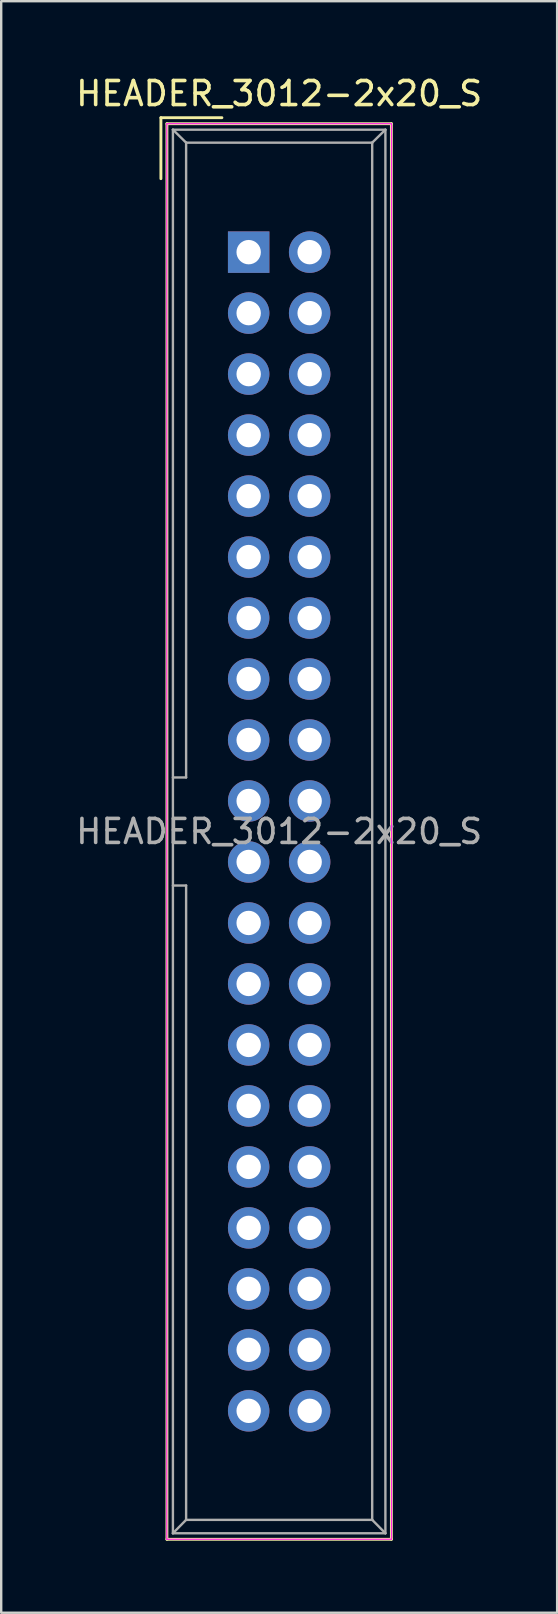
<source format=kicad_pcb>
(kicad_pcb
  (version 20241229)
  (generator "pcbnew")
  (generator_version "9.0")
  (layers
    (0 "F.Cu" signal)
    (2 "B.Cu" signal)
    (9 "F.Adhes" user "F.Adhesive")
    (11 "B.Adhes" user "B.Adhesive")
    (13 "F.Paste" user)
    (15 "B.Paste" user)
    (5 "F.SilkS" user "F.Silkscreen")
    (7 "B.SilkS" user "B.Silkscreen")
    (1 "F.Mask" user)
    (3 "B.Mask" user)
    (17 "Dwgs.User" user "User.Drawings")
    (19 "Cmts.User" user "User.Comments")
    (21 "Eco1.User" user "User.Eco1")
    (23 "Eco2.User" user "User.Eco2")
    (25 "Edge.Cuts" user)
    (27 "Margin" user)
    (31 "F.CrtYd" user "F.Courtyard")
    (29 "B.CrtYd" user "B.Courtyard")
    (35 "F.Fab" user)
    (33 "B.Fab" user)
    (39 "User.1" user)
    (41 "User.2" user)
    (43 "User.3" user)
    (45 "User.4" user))
  (footprint "HEADER_3012-2x20_S"
    (layer "F.Cu")
    (at 7.307 7.452)
    (property "Reference" "HEADER_3012-2x20_S" (at 1.27 -6.604 0) (layer "F.SilkS") (effects (font (size 1 1) (thickness 0.15))))
    (attr through_hole)
    (fp_line (start -3.655 -5.6) (end -3.655 -3.06) (stroke (width 0.12) (type solid)) (layer "F.SilkS"))
    (fp_line (start -3.655 -5.6) (end -1.115 -5.6) (stroke (width 0.12) (type solid)) (layer "F.SilkS"))
    (fp_line (start -3.405 -5.35) (end 5.945 -5.35) (stroke (width 0.12) (type solid)) (layer "F.SilkS"))
    (fp_line (start -3.405 53.61) (end -3.405 -5.35) (stroke (width 0.12) (type solid)) (layer "F.SilkS"))
    (fp_line (start 5.945 -5.35) (end 5.945 53.61) (stroke (width 0.12) (type solid)) (layer "F.SilkS"))
    (fp_line (start 5.945 53.61) (end -3.405 53.61) (stroke (width 0.12) (type solid)) (layer "F.SilkS"))
    (fp_line (start -3.41 -5.35) (end 5.95 -5.35) (stroke (width 0.05) (type solid)) (layer "F.CrtYd"))
    (fp_line (start -3.41 53.61) (end -3.41 -5.35) (stroke (width 0.05) (type solid)) (layer "F.CrtYd"))
    (fp_line (start 5.95 -5.35) (end 5.95 53.61) (stroke (width 0.05) (type solid)) (layer "F.CrtYd"))
    (fp_line (start 5.95 53.61) (end -3.41 53.61) (stroke (width 0.05) (type solid)) (layer "F.CrtYd"))
    (fp_line (start -3.155 -5.1) (end -3.155 53.36) (stroke (width 0.1) (type solid)) (layer "F.Fab"))
    (fp_line (start -3.155 -5.1) (end -2.605 -4.56) (stroke (width 0.1) (type solid)) (layer "F.Fab"))
    (fp_line (start -3.155 53.36) (end -2.605 52.8) (stroke (width 0.1) (type solid)) (layer "F.Fab"))
    (fp_line (start -2.605 -4.56) (end -2.605 21.88) (stroke (width 0.1) (type solid)) (layer "F.Fab"))
    (fp_line (start -2.605 21.88) (end -3.155 21.88) (stroke (width 0.1) (type solid)) (layer "F.Fab"))
    (fp_line (start -2.605 26.38) (end -3.155 26.38) (stroke (width 0.1) (type solid)) (layer "F.Fab"))
    (fp_line (start -2.605 26.38) (end -2.605 52.8) (stroke (width 0.1) (type solid)) (layer "F.Fab"))
    (fp_line (start 5.145 -4.56) (end -2.605 -4.56) (stroke (width 0.1) (type solid)) (layer "F.Fab"))
    (fp_line (start 5.145 -4.56) (end 5.145 52.8) (stroke (width 0.1) (type solid)) (layer "F.Fab"))
    (fp_line (start 5.145 52.8) (end -2.605 52.8) (stroke (width 0.1) (type solid)) (layer "F.Fab"))
    (fp_line (start 5.695 -5.1) (end -3.155 -5.1) (stroke (width 0.1) (type solid)) (layer "F.Fab"))
    (fp_line (start 5.695 -5.1) (end 5.145 -4.56) (stroke (width 0.1) (type solid)) (layer "F.Fab"))
    (fp_line (start 5.695 -5.1) (end 5.695 53.36) (stroke (width 0.1) (type solid)) (layer "F.Fab"))
    (fp_line (start 5.695 53.36) (end -3.155 53.36) (stroke (width 0.1) (type solid)) (layer "F.Fab"))
    (fp_line (start 5.695 53.36) (end 5.145 52.8) (stroke (width 0.1) (type solid)) (layer "F.Fab"))
    (fp_text user "${REFERENCE}" (at 1.27 24.13 0) (layer "F.Fab") (effects (font (size 1 1) (thickness 0.15))))
    (pad "1" thru_hole rect (at 0 0) (size 1.727 1.727) (drill 1.016) (layers "*.Cu" "*.Mask"))
    (pad "2" thru_hole oval (at 2.54 0) (size 1.727 1.727) (drill 1.016) (layers "*.Cu" "*.Mask"))
    (pad "3" thru_hole oval (at 0 2.54) (size 1.727 1.727) (drill 1.016) (layers "*.Cu" "*.Mask"))
    (pad "4" thru_hole oval (at 2.54 2.54) (size 1.727 1.727) (drill 1.016) (layers "*.Cu" "*.Mask"))
    (pad "5" thru_hole oval (at 0 5.08) (size 1.727 1.727) (drill 1.016) (layers "*.Cu" "*.Mask"))
    (pad "6" thru_hole oval (at 2.54 5.08) (size 1.727 1.727) (drill 1.016) (layers "*.Cu" "*.Mask"))
    (pad "7" thru_hole oval (at 0 7.62) (size 1.727 1.727) (drill 1.016) (layers "*.Cu" "*.Mask"))
    (pad "8" thru_hole oval (at 2.54 7.62) (size 1.727 1.727) (drill 1.016) (layers "*.Cu" "*.Mask"))
    (pad "9" thru_hole oval (at 0 10.16) (size 1.727 1.727) (drill 1.016) (layers "*.Cu" "*.Mask"))
    (pad "10" thru_hole oval (at 2.54 10.16) (size 1.727 1.727) (drill 1.016) (layers "*.Cu" "*.Mask"))
    (pad "11" thru_hole oval (at 0 12.7) (size 1.727 1.727) (drill 1.016) (layers "*.Cu" "*.Mask"))
    (pad "12" thru_hole oval (at 2.54 12.7) (size 1.727 1.727) (drill 1.016) (layers "*.Cu" "*.Mask"))
    (pad "13" thru_hole oval (at 0 15.24) (size 1.727 1.727) (drill 1.016) (layers "*.Cu" "*.Mask"))
    (pad "14" thru_hole oval (at 2.54 15.24) (size 1.727 1.727) (drill 1.016) (layers "*.Cu" "*.Mask"))
    (pad "15" thru_hole oval (at 0 17.78) (size 1.727 1.727) (drill 1.016) (layers "*.Cu" "*.Mask"))
    (pad "16" thru_hole oval (at 2.54 17.78) (size 1.727 1.727) (drill 1.016) (layers "*.Cu" "*.Mask"))
    (pad "17" thru_hole oval (at 0 20.32) (size 1.727 1.727) (drill 1.016) (layers "*.Cu" "*.Mask"))
    (pad "18" thru_hole oval (at 2.54 20.32) (size 1.727 1.727) (drill 1.016) (layers "*.Cu" "*.Mask"))
    (pad "19" thru_hole oval (at 0 22.86) (size 1.727 1.727) (drill 1.016) (layers "*.Cu" "*.Mask"))
    (pad "20" thru_hole oval (at 2.54 22.86) (size 1.727 1.727) (drill 1.016) (layers "*.Cu" "*.Mask"))
    (pad "21" thru_hole oval (at 0 25.4) (size 1.727 1.727) (drill 1.016) (layers "*.Cu" "*.Mask"))
    (pad "22" thru_hole oval (at 2.54 25.4) (size 1.727 1.727) (drill 1.016) (layers "*.Cu" "*.Mask"))
    (pad "23" thru_hole oval (at 0 27.94) (size 1.727 1.727) (drill 1.016) (layers "*.Cu" "*.Mask"))
    (pad "24" thru_hole oval (at 2.54 27.94) (size 1.727 1.727) (drill 1.016) (layers "*.Cu" "*.Mask"))
    (pad "25" thru_hole oval (at 0 30.48) (size 1.727 1.727) (drill 1.016) (layers "*.Cu" "*.Mask"))
    (pad "26" thru_hole oval (at 2.54 30.48) (size 1.727 1.727) (drill 1.016) (layers "*.Cu" "*.Mask"))
    (pad "27" thru_hole oval (at 0 33.02) (size 1.727 1.727) (drill 1.016) (layers "*.Cu" "*.Mask"))
    (pad "28" thru_hole oval (at 2.54 33.02) (size 1.727 1.727) (drill 1.016) (layers "*.Cu" "*.Mask"))
    (pad "29" thru_hole oval (at 0 35.56) (size 1.727 1.727) (drill 1.016) (layers "*.Cu" "*.Mask"))
    (pad "30" thru_hole oval (at 2.54 35.56) (size 1.727 1.727) (drill 1.016) (layers "*.Cu" "*.Mask"))
    (pad "31" thru_hole oval (at 0 38.1) (size 1.727 1.727) (drill 1.016) (layers "*.Cu" "*.Mask"))
    (pad "32" thru_hole oval (at 2.54 38.1) (size 1.727 1.727) (drill 1.016) (layers "*.Cu" "*.Mask"))
    (pad "33" thru_hole oval (at 0 40.64) (size 1.727 1.727) (drill 1.016) (layers "*.Cu" "*.Mask"))
    (pad "34" thru_hole oval (at 2.54 40.64) (size 1.727 1.727) (drill 1.016) (layers "*.Cu" "*.Mask"))
    (pad "35" thru_hole oval (at 0 43.18) (size 1.727 1.727) (drill 1.016) (layers "*.Cu" "*.Mask"))
    (pad "36" thru_hole oval (at 2.54 43.18) (size 1.727 1.727) (drill 1.016) (layers "*.Cu" "*.Mask"))
    (pad "37" thru_hole oval (at 0 45.72) (size 1.727 1.727) (drill 1.016) (layers "*.Cu" "*.Mask"))
    (pad "38" thru_hole oval (at 2.54 45.72) (size 1.727 1.727) (drill 1.016) (layers "*.Cu" "*.Mask"))
    (pad "39" thru_hole oval (at 0 48.26) (size 1.727 1.727) (drill 1.016) (layers "*.Cu" "*.Mask"))
    (pad "40" thru_hole oval (at 2.54 48.26) (size 1.727 1.727) (drill 1.016) (layers "*.Cu" "*.Mask")))
  (gr_rect
    (start -3 -3)
    (end 20.155 64.122)
    (stroke (width 0.1) (type default))
    (fill no)
    (layer "Edge.Cuts")))
</source>
